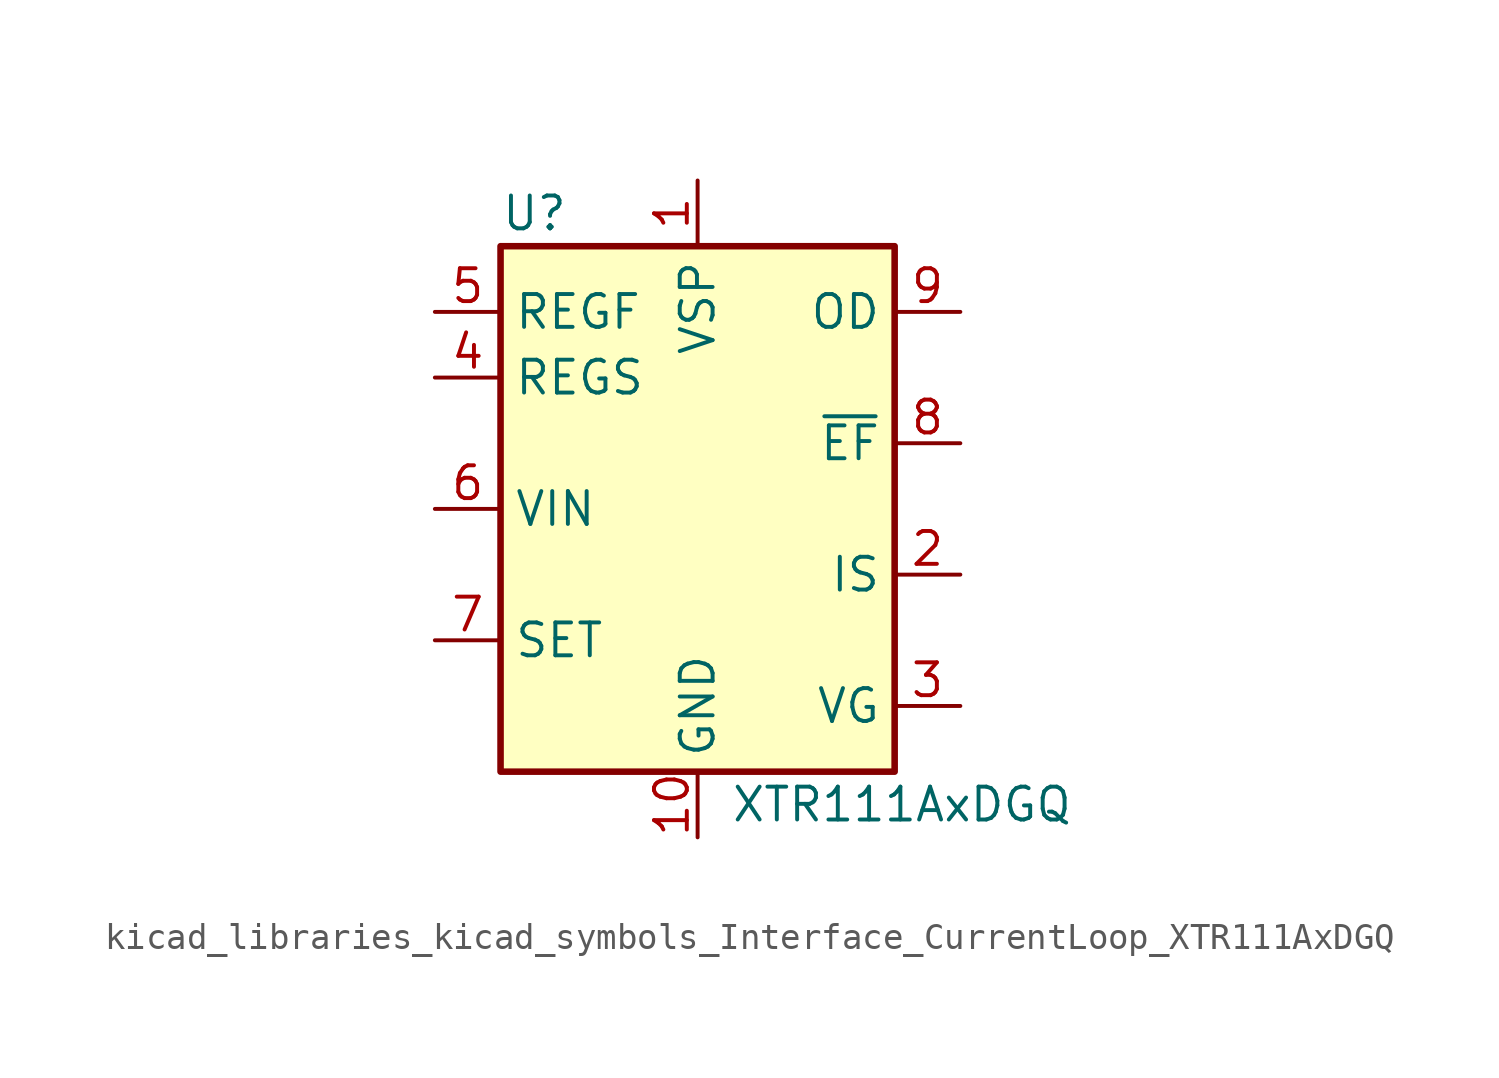
<source format=kicad_sym>
(kicad_symbol_lib
  (version 20220914)
  (generator kicad_symbol_editor)
  (symbol "kicad_libraries_kicad_symbols_Interface_CurrentLoop_XTR111AxDGQ"
    (property "Reference" "U"
      (at -7.62 11.43 0)
      (effects (font (size 1.27 1.27)) (justify left)))
    (property "Value" "XTR111AxDGQ"
      (at 1.27 -11.43 0)
      (effects (font (size 1.27 1.27)) (justify left)))
    (symbol "kicad_libraries_kicad_symbols_Interface_CurrentLoop_XTR111AxDGQ_0_1"
      (rectangle (start -7.62 10.16) (end 7.62 -10.16) (stroke (width 0.254) (type default)) (fill (type background))))
    (symbol "kicad_libraries_kicad_symbols_Interface_CurrentLoop_XTR111AxDGQ_1_1"
      (pin power_in line (at 0 12.7 270) (length 2.54) (name "VSP" (effects (font (size 1.27 1.27)))) (number "1" (effects (font (size 1.27 1.27)))))
      (pin power_in line (at 0 -12.7 90) (length 2.54) (name "GND" (effects (font (size 1.27 1.27)))) (number "10" (effects (font (size 1.27 1.27)))))
      (pin passive line (at 0 -12.7 90) (length 2.54) hide (name "GND" (effects (font (size 1.27 1.27)))) (number "11" (effects (font (size 1.27 1.27)))))
      (pin output line (at 10.16 -2.54 180) (length 2.54) (name "IS" (effects (font (size 1.27 1.27)))) (number "2" (effects (font (size 1.27 1.27)))))
      (pin output line (at 10.16 -7.62 180) (length 2.54) (name "VG" (effects (font (size 1.27 1.27)))) (number "3" (effects (font (size 1.27 1.27)))))
      (pin input line (at -10.16 5.08 0) (length 2.54) (name "REGS" (effects (font (size 1.27 1.27)))) (number "4" (effects (font (size 1.27 1.27)))))
      (pin output line (at -10.16 7.62 0) (length 2.54) (name "REGF" (effects (font (size 1.27 1.27)))) (number "5" (effects (font (size 1.27 1.27)))))
      (pin input line (at -10.16 0 0) (length 2.54) (name "VIN" (effects (font (size 1.27 1.27)))) (number "6" (effects (font (size 1.27 1.27)))))
      (pin passive line (at -10.16 -5.08 0) (length 2.54) (name "SET" (effects (font (size 1.27 1.27)))) (number "7" (effects (font (size 1.27 1.27)))))
      (pin open_collector line (at 10.16 2.54 180) (length 2.54) (name "~{EF}" (effects (font (size 1.27 1.27)))) (number "8" (effects (font (size 1.27 1.27)))))
      (pin input line (at 10.16 7.62 180) (length 2.54) (name "OD" (effects (font (size 1.27 1.27)))) (number "9" (effects (font (size 1.27 1.27))))))))
</source>
